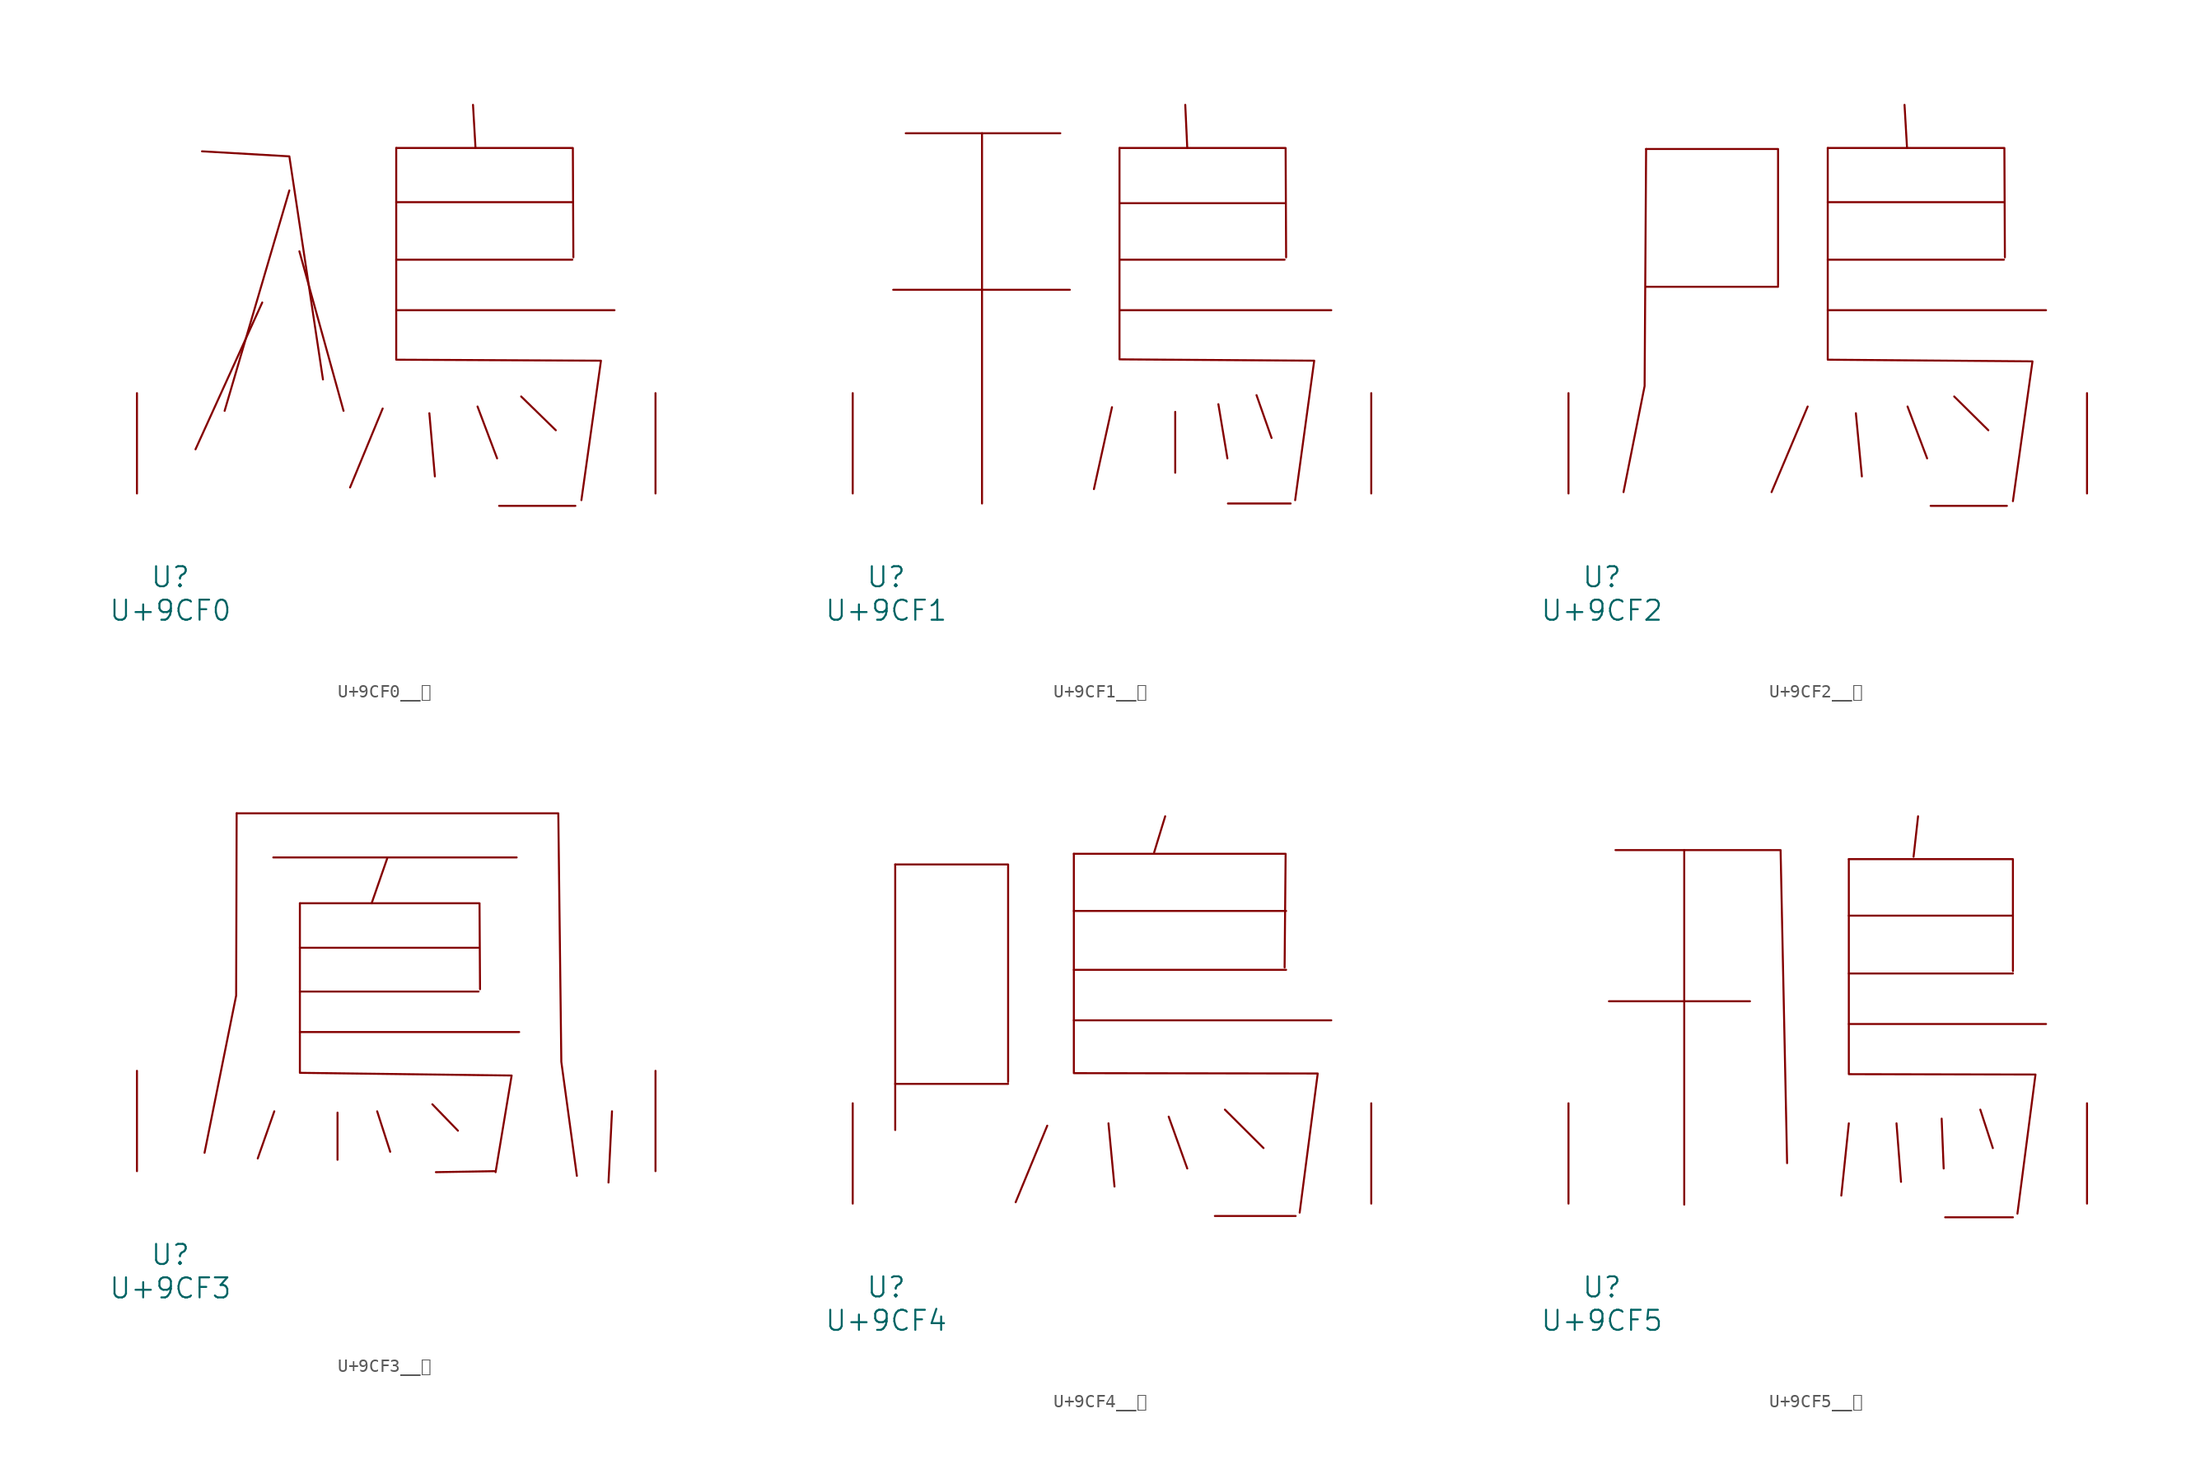
<source format=kicad_sym>
(kicad_symbol_lib
  (version 20231120)
  (generator "kicad_symbol_editor")
  (generator_version "8.0")
  (symbol "U+9CF0__鳰"
    (pin_names
      (offset 1.016))
    (property "Reference" "U"
      (at 0 -6.35 0)
      (effects (font (size 1.524 1.524))))
    (property "Value" "U+9CF0"
      (at 0 -8.89 0)
      (effects (font (size 1.524 1.524))))
    (symbol "U+9CF0__鳰_0_1"
      (polyline (pts (xy 6.972 14.503) (xy 1.905 3.353)) (stroke (width 0) (type solid)) (fill (type none)))
      (polyline (pts (xy 9.03 23.012) (xy 4.115 6.274)) (stroke (width 0) (type solid)) (fill (type none)))
      (polyline (pts (xy 9.792 18.39) (xy 13.145 6.274)) (stroke (width 0) (type solid)) (fill (type none)))
      (polyline (pts (xy 16.116 6.452) (xy 13.64 0.457)) (stroke (width 0) (type solid)) (fill (type none)))
      (polyline (pts (xy 17.145 13.919) (xy 33.718 13.919)) (stroke (width 0) (type solid)) (fill (type none)))
      (polyline (pts (xy 17.145 17.755) (xy 30.518 17.755)) (stroke (width 0) (type solid)) (fill (type none)))
      (polyline (pts (xy 17.145 22.123) (xy 30.518 22.123)) (stroke (width 0) (type solid)) (fill (type none)))
      (polyline (pts (xy 19.66 6.096) (xy 20.079 1.295)) (stroke (width 0) (type solid)) (fill (type none)))
      (polyline (pts (xy 22.974 29.515) (xy 23.165 26.238)) (stroke (width 0) (type solid)) (fill (type none)))
      (polyline (pts (xy 23.317 6.604) (xy 24.803 2.667)) (stroke (width 0) (type solid)) (fill (type none)))
      (polyline (pts (xy 24.956 -0.94) (xy 30.747 -0.94)) (stroke (width 0) (type solid)) (fill (type none)))
      (polyline (pts (xy 26.632 7.366) (xy 29.261 4.801)) (stroke (width 0) (type solid)) (fill (type none)))
      (polyline (pts (xy 2.4 25.984) (xy 9.03 25.603) (xy 11.582 8.661)) (stroke (width 0) (type solid)) (fill (type none)))
      (polyline (pts (xy 17.145 26.238) (xy 30.556 26.238) (xy 30.594 17.932)) (stroke (width 0) (type solid)) (fill (type none)))
      (polyline (pts (xy 17.145 26.238) (xy 17.145 10.16) (xy 32.69 10.084) (xy 31.204 -0.508)) (stroke (width 0) (type solid)) (fill (type none)))
      (pin input line (at -2.54 0 90) (length 7.62) (name "~" (effects (font (size 1.27 1.27)))) (number "~" (effects (font (size 1.27 1.27)))))
      (pin input line (at 36.83 0 90) (length 7.62) (name "~" (effects (font (size 1.27 1.27)))) (number "~" (effects (font (size 1.27 1.27)))))))
  (symbol "U+9CF1__鳱"
    (pin_names
      (offset 1.016))
    (property "Reference" "U"
      (at 0 -6.35 0)
      (effects (font (size 1.524 1.524))))
    (property "Value" "U+9CF1"
      (at 0 -8.89 0)
      (effects (font (size 1.524 1.524))))
    (symbol "U+9CF1__鳱_0_1"
      (polyline (pts (xy 0.533 15.469) (xy 13.945 15.469)) (stroke (width 0) (type solid)) (fill (type none)))
      (polyline (pts (xy 1.486 27.356) (xy 13.221 27.356)) (stroke (width 0) (type solid)) (fill (type none)))
      (polyline (pts (xy 7.277 27.356) (xy 7.277 -0.762)) (stroke (width 0) (type solid)) (fill (type none)))
      (polyline (pts (xy 17.145 6.553) (xy 15.773 0.33)) (stroke (width 0) (type solid)) (fill (type none)))
      (polyline (pts (xy 17.716 13.919) (xy 33.795 13.919)) (stroke (width 0) (type solid)) (fill (type none)))
      (polyline (pts (xy 17.716 17.755) (xy 30.251 17.755)) (stroke (width 0) (type solid)) (fill (type none)))
      (polyline (pts (xy 17.716 22.047) (xy 30.251 22.047)) (stroke (width 0) (type solid)) (fill (type none)))
      (polyline (pts (xy 21.946 6.198) (xy 21.946 1.575)) (stroke (width 0) (type solid)) (fill (type none)))
      (polyline (pts (xy 22.708 29.515) (xy 22.86 26.238)) (stroke (width 0) (type solid)) (fill (type none)))
      (polyline (pts (xy 25.222 6.782) (xy 25.908 2.667)) (stroke (width 0) (type solid)) (fill (type none)))
      (polyline (pts (xy 25.946 -0.762) (xy 30.709 -0.762)) (stroke (width 0) (type solid)) (fill (type none)))
      (polyline (pts (xy 28.118 7.468) (xy 29.261 4.216)) (stroke (width 0) (type solid)) (fill (type none)))
      (polyline (pts (xy 17.716 26.238) (xy 30.328 26.238) (xy 30.366 17.932)) (stroke (width 0) (type solid)) (fill (type none)))
      (polyline (pts (xy 17.716 26.238) (xy 17.716 10.185) (xy 32.499 10.084) (xy 31.052 -0.508)) (stroke (width 0) (type solid)) (fill (type none)))
      (pin input line (at -2.54 0 90) (length 7.62) (name "~" (effects (font (size 1.27 1.27)))) (number "~" (effects (font (size 1.27 1.27)))))
      (pin input line (at 36.83 0 90) (length 7.62) (name "~" (effects (font (size 1.27 1.27)))) (number "~" (effects (font (size 1.27 1.27)))))))
  (symbol "U+9CF2__鳲"
    (pin_names
      (offset 1.016))
    (property "Reference" "U"
      (at 0 -6.35 0)
      (effects (font (size 1.524 1.524))))
    (property "Value" "U+9CF2"
      (at 0 -8.89 0)
      (effects (font (size 1.524 1.524))))
    (symbol "U+9CF2__鳲_0_1"
      (polyline (pts (xy 3.353 15.697) (xy 13.373 15.697)) (stroke (width 0) (type solid)) (fill (type none)))
      (polyline (pts (xy 15.621 6.604) (xy 12.878 0.102)) (stroke (width 0) (type solid)) (fill (type none)))
      (polyline (pts (xy 17.145 13.919) (xy 33.718 13.919)) (stroke (width 0) (type solid)) (fill (type none)))
      (polyline (pts (xy 17.145 17.755) (xy 30.518 17.755)) (stroke (width 0) (type solid)) (fill (type none)))
      (polyline (pts (xy 17.145 22.123) (xy 30.518 22.123)) (stroke (width 0) (type solid)) (fill (type none)))
      (polyline (pts (xy 19.279 6.096) (xy 19.736 1.295)) (stroke (width 0) (type solid)) (fill (type none)))
      (polyline (pts (xy 22.974 29.515) (xy 23.165 26.238)) (stroke (width 0) (type solid)) (fill (type none)))
      (polyline (pts (xy 23.203 6.604) (xy 24.689 2.667)) (stroke (width 0) (type solid)) (fill (type none)))
      (polyline (pts (xy 24.956 -0.94) (xy 30.747 -0.94)) (stroke (width 0) (type solid)) (fill (type none)))
      (polyline (pts (xy 26.746 7.366) (xy 29.337 4.801)) (stroke (width 0) (type solid)) (fill (type none)))
      (polyline (pts (xy 3.353 26.162) (xy 3.239 8.153) (xy 1.638 0.102)) (stroke (width 0) (type solid)) (fill (type none)))
      (polyline (pts (xy 3.353 26.162) (xy 13.373 26.162) (xy 13.373 15.799)) (stroke (width 0) (type solid)) (fill (type none)))
      (polyline (pts (xy 17.145 26.238) (xy 30.556 26.238) (xy 30.594 17.932)) (stroke (width 0) (type solid)) (fill (type none)))
      (polyline (pts (xy 17.145 26.238) (xy 17.145 10.16) (xy 32.69 10.033) (xy 31.204 -0.584)) (stroke (width 0) (type solid)) (fill (type none)))
      (pin input line (at -2.54 0 90) (length 7.62) (name "~" (effects (font (size 1.27 1.27)))) (number "~" (effects (font (size 1.27 1.27)))))
      (pin input line (at 36.83 0 90) (length 7.62) (name "~" (effects (font (size 1.27 1.27)))) (number "~" (effects (font (size 1.27 1.27)))))))
  (symbol "U+9CF3__鳳"
    (pin_names
      (offset 1.016))
    (property "Reference" "U"
      (at 0 -6.35 0)
      (effects (font (size 1.524 1.524))))
    (property "Value" "U+9CF3"
      (at 0 -8.89 0)
      (effects (font (size 1.524 1.524))))
    (symbol "U+9CF3__鳳_0_1"
      (polyline (pts (xy 7.811 23.825) (xy 26.289 23.825)) (stroke (width 0) (type solid)) (fill (type none)))
      (polyline (pts (xy 7.887 4.547) (xy 6.629 0.965)) (stroke (width 0) (type solid)) (fill (type none)))
      (polyline (pts (xy 9.83 10.566) (xy 26.48 10.566)) (stroke (width 0) (type solid)) (fill (type none)))
      (polyline (pts (xy 9.83 13.64) (xy 23.393 13.64)) (stroke (width 0) (type solid)) (fill (type none)))
      (polyline (pts (xy 9.83 16.967) (xy 23.393 16.967)) (stroke (width 0) (type solid)) (fill (type none)))
      (polyline (pts (xy 12.687 4.445) (xy 12.687 0.864)) (stroke (width 0) (type solid)) (fill (type none)))
      (polyline (pts (xy 15.697 4.547) (xy 16.688 1.473)) (stroke (width 0) (type solid)) (fill (type none)))
      (polyline (pts (xy 16.459 23.749) (xy 15.278 20.345)) (stroke (width 0) (type solid)) (fill (type none)))
      (polyline (pts (xy 19.888 5.08) (xy 21.831 3.073)) (stroke (width 0) (type solid)) (fill (type none)))
      (polyline (pts (xy 24.689 0) (xy 20.155 -0.076)) (stroke (width 0) (type solid)) (fill (type none)))
      (polyline (pts (xy 33.528 4.547) (xy 33.261 -0.864)) (stroke (width 0) (type solid)) (fill (type none)))
      (polyline (pts (xy 5.029 27.178) (xy 4.991 13.335) (xy 2.591 1.397)) (stroke (width 0) (type solid)) (fill (type none)))
      (polyline (pts (xy 9.83 20.345) (xy 23.47 20.345) (xy 23.508 13.818)) (stroke (width 0) (type solid)) (fill (type none)))
      (polyline (pts (xy 5.029 27.178) (xy 29.451 27.178) (xy 29.68 8.306) (xy 30.861 -0.356)) (stroke (width 0) (type solid)) (fill (type none)))
      (polyline (pts (xy 9.83 20.345) (xy 9.83 7.468) (xy 25.908 7.264) (xy 24.689 -0.076)) (stroke (width 0) (type solid)) (fill (type none)))
      (pin input line (at -2.54 0 90) (length 7.62) (name "~" (effects (font (size 1.27 1.27)))) (number "~" (effects (font (size 1.27 1.27)))))
      (pin input line (at 36.83 0 90) (length 7.62) (name "~" (effects (font (size 1.27 1.27)))) (number "~" (effects (font (size 1.27 1.27)))))))
  (symbol "U+9CF4__鳴"
    (pin_names
      (offset 1.016))
    (property "Reference" "U"
      (at 0 -6.35 0)
      (effects (font (size 1.524 1.524))))
    (property "Value" "U+9CF4"
      (at 0 -8.89 0)
      (effects (font (size 1.524 1.524))))
    (symbol "U+9CF4__鳴_0_1"
      (polyline (pts (xy 0.686 9.093) (xy 9.258 9.093)) (stroke (width 0) (type solid)) (fill (type none)))
      (polyline (pts (xy 0.686 25.756) (xy 0.686 5.588)) (stroke (width 0) (type solid)) (fill (type none)))
      (polyline (pts (xy 12.23 5.918) (xy 9.83 0.102)) (stroke (width 0) (type solid)) (fill (type none)))
      (polyline (pts (xy 14.249 13.919) (xy 33.795 13.919)) (stroke (width 0) (type solid)) (fill (type none)))
      (polyline (pts (xy 14.249 17.755) (xy 30.366 17.755)) (stroke (width 0) (type solid)) (fill (type none)))
      (polyline (pts (xy 14.249 22.225) (xy 30.366 22.225)) (stroke (width 0) (type solid)) (fill (type none)))
      (polyline (pts (xy 16.878 6.096) (xy 17.335 1.295)) (stroke (width 0) (type solid)) (fill (type none)))
      (polyline (pts (xy 21.184 29.413) (xy 20.345 26.67)) (stroke (width 0) (type solid)) (fill (type none)))
      (polyline (pts (xy 21.45 6.604) (xy 22.86 2.667)) (stroke (width 0) (type solid)) (fill (type none)))
      (polyline (pts (xy 24.956 -0.94) (xy 31.09 -0.94)) (stroke (width 0) (type solid)) (fill (type none)))
      (polyline (pts (xy 25.718 7.137) (xy 28.651 4.216)) (stroke (width 0) (type solid)) (fill (type none)))
      (polyline (pts (xy 0.686 25.756) (xy 9.258 25.756) (xy 9.258 9.246)) (stroke (width 0) (type solid)) (fill (type none)))
      (polyline (pts (xy 14.249 26.568) (xy 30.328 26.568) (xy 30.251 17.932)) (stroke (width 0) (type solid)) (fill (type none)))
      (polyline (pts (xy 14.249 26.568) (xy 14.249 9.906) (xy 32.766 9.881) (xy 31.394 -0.686)) (stroke (width 0) (type solid)) (fill (type none)))
      (pin input line (at -2.54 0 90) (length 7.62) (name "~" (effects (font (size 1.27 1.27)))) (number "~" (effects (font (size 1.27 1.27)))))
      (pin input line (at 36.83 0 90) (length 7.62) (name "~" (effects (font (size 1.27 1.27)))) (number "~" (effects (font (size 1.27 1.27)))))))
  (symbol "U+9CF5__鳵"
    (pin_names
      (offset 1.016))
    (property "Reference" "U"
      (at 0 -6.35 0)
      (effects (font (size 1.524 1.524))))
    (property "Value" "U+9CF5"
      (at 0 -8.89 0)
      (effects (font (size 1.524 1.524))))
    (symbol "U+9CF5__鳵_0_1"
      (polyline (pts (xy 0.533 15.367) (xy 11.239 15.367)) (stroke (width 0) (type solid)) (fill (type none)))
      (polyline (pts (xy 6.248 26.848) (xy 6.248 -0.076)) (stroke (width 0) (type solid)) (fill (type none)))
      (polyline (pts (xy 18.745 6.096) (xy 18.174 0.61)) (stroke (width 0) (type solid)) (fill (type none)))
      (polyline (pts (xy 18.745 13.64) (xy 33.718 13.64)) (stroke (width 0) (type solid)) (fill (type none)))
      (polyline (pts (xy 18.745 17.475) (xy 31.204 17.475)) (stroke (width 0) (type solid)) (fill (type none)))
      (polyline (pts (xy 18.745 21.869) (xy 31.204 21.869)) (stroke (width 0) (type solid)) (fill (type none)))
      (polyline (pts (xy 22.365 6.096) (xy 22.708 1.651)) (stroke (width 0) (type solid)) (fill (type none)))
      (polyline (pts (xy 24.003 29.413) (xy 23.66 26.34)) (stroke (width 0) (type solid)) (fill (type none)))
      (polyline (pts (xy 25.794 6.452) (xy 25.946 2.667)) (stroke (width 0) (type solid)) (fill (type none)))
      (polyline (pts (xy 26.06 -1.041) (xy 31.204 -1.041)) (stroke (width 0) (type solid)) (fill (type none)))
      (polyline (pts (xy 28.727 7.137) (xy 29.68 4.216)) (stroke (width 0) (type solid)) (fill (type none)))
      (polyline (pts (xy 1.029 26.848) (xy 13.564 26.848) (xy 14.059 3.073)) (stroke (width 0) (type solid)) (fill (type none)))
      (polyline (pts (xy 18.745 26.162) (xy 31.204 26.162) (xy 31.204 17.653)) (stroke (width 0) (type solid)) (fill (type none)))
      (polyline (pts (xy 18.745 26.162) (xy 18.745 9.83) (xy 32.918 9.804) (xy 31.547 -0.762)) (stroke (width 0) (type solid)) (fill (type none)))
      (pin input line (at -2.54 0 90) (length 7.62) (name "~" (effects (font (size 1.27 1.27)))) (number "~" (effects (font (size 1.27 1.27)))))
      (pin input line (at 36.83 0 90) (length 7.62) (name "~" (effects (font (size 1.27 1.27)))) (number "~" (effects (font (size 1.27 1.27))))))))
</source>
